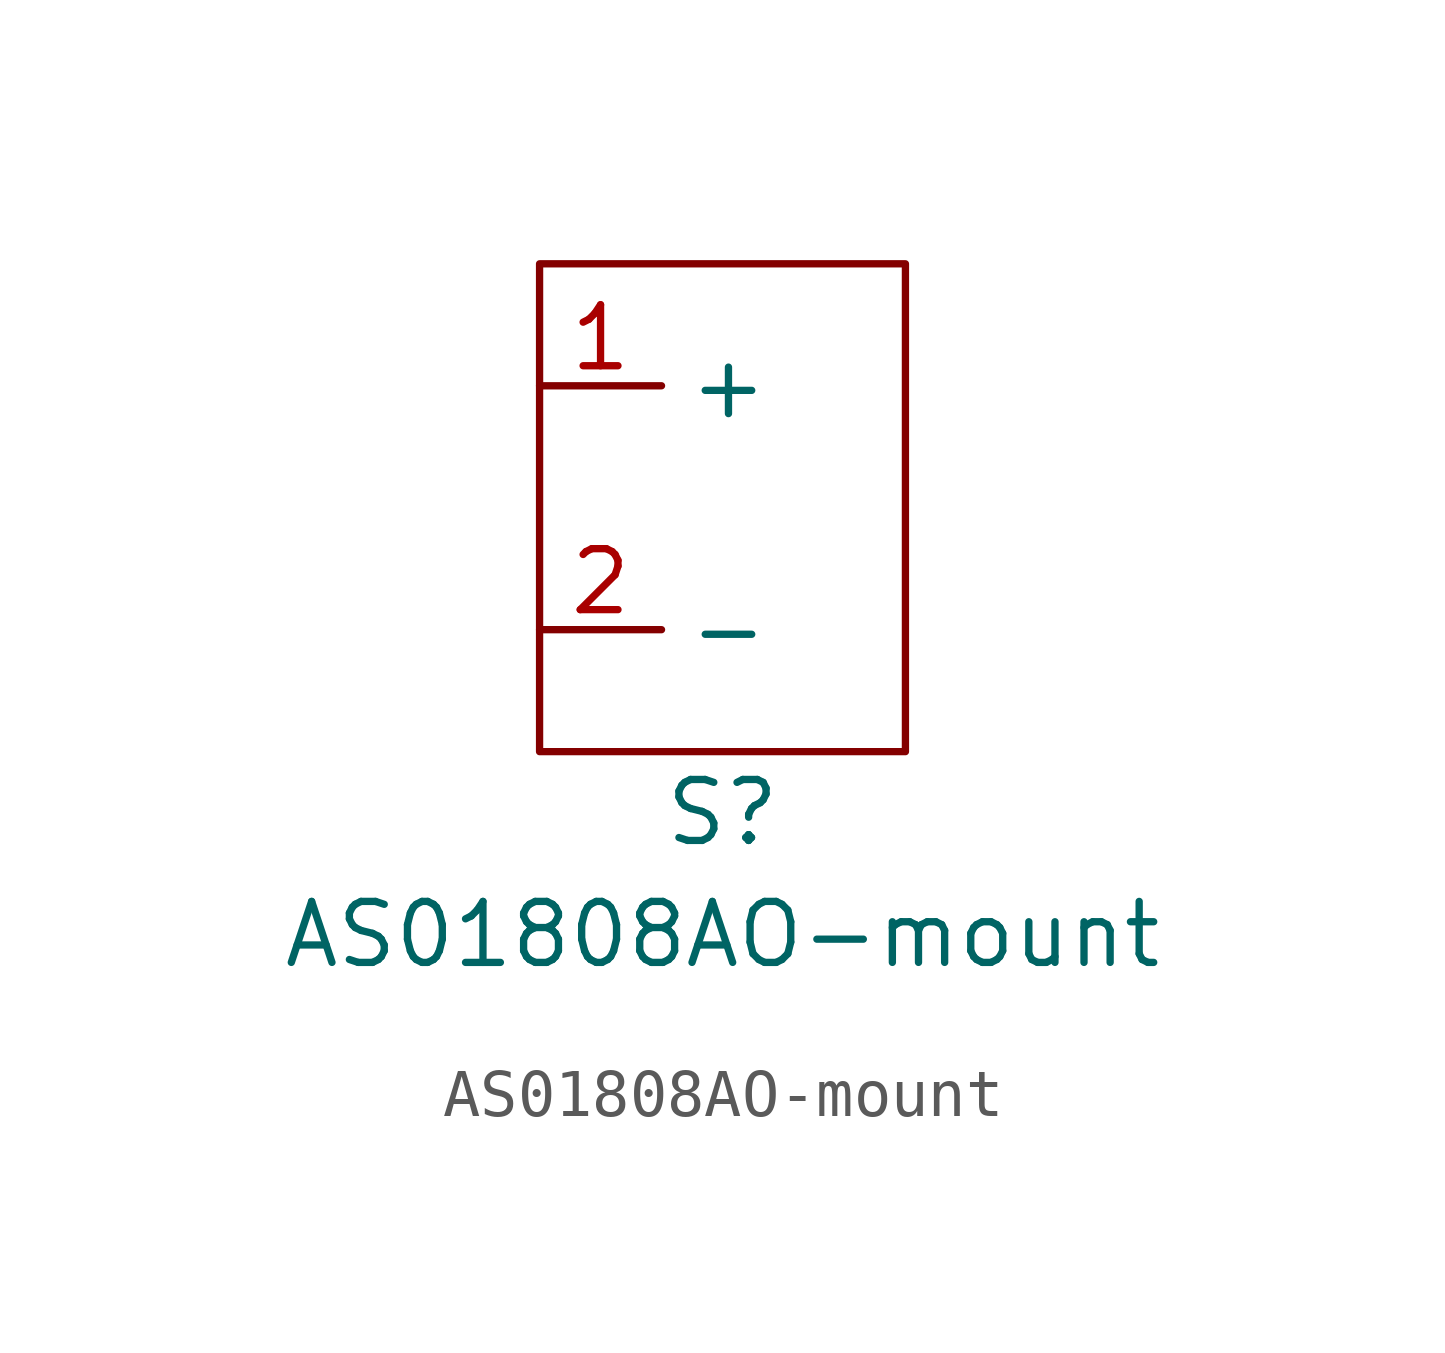
<source format=kicad_sym>
(kicad_symbol_lib
  (version 20211014)
  (generator kicad_symbol_editor)
  (symbol "AS01808AO-mount"
    (property "Reference" "S"
      (at 0 -6.35 0)
      (effects (font (size 1.27 1.27))))
    (property "Value" "AS01808AO-mount"
      (at 0 -8.89 0)
      (effects (font (size 1.27 1.27))))
    (symbol "AS01808AO-mount_0_1"
      (rectangle (start -3.81 5.08) (end 3.81 -5.08) (stroke (width 0) (type default) (color 0 0 0 0)) (fill (type none))))
    (symbol "AS01808AO-mount_1_1"
      (pin input line (at -3.81 2.54 0) (length 2.54) (name "+" (effects (font (size 1.27 1.27)))) (number "1" (effects (font (size 1.27 1.27)))))
      (pin input line (at -3.81 -2.54 0) (length 2.54) (name "-" (effects (font (size 1.27 1.27)))) (number "2" (effects (font (size 1.27 1.27))))))))
</source>
